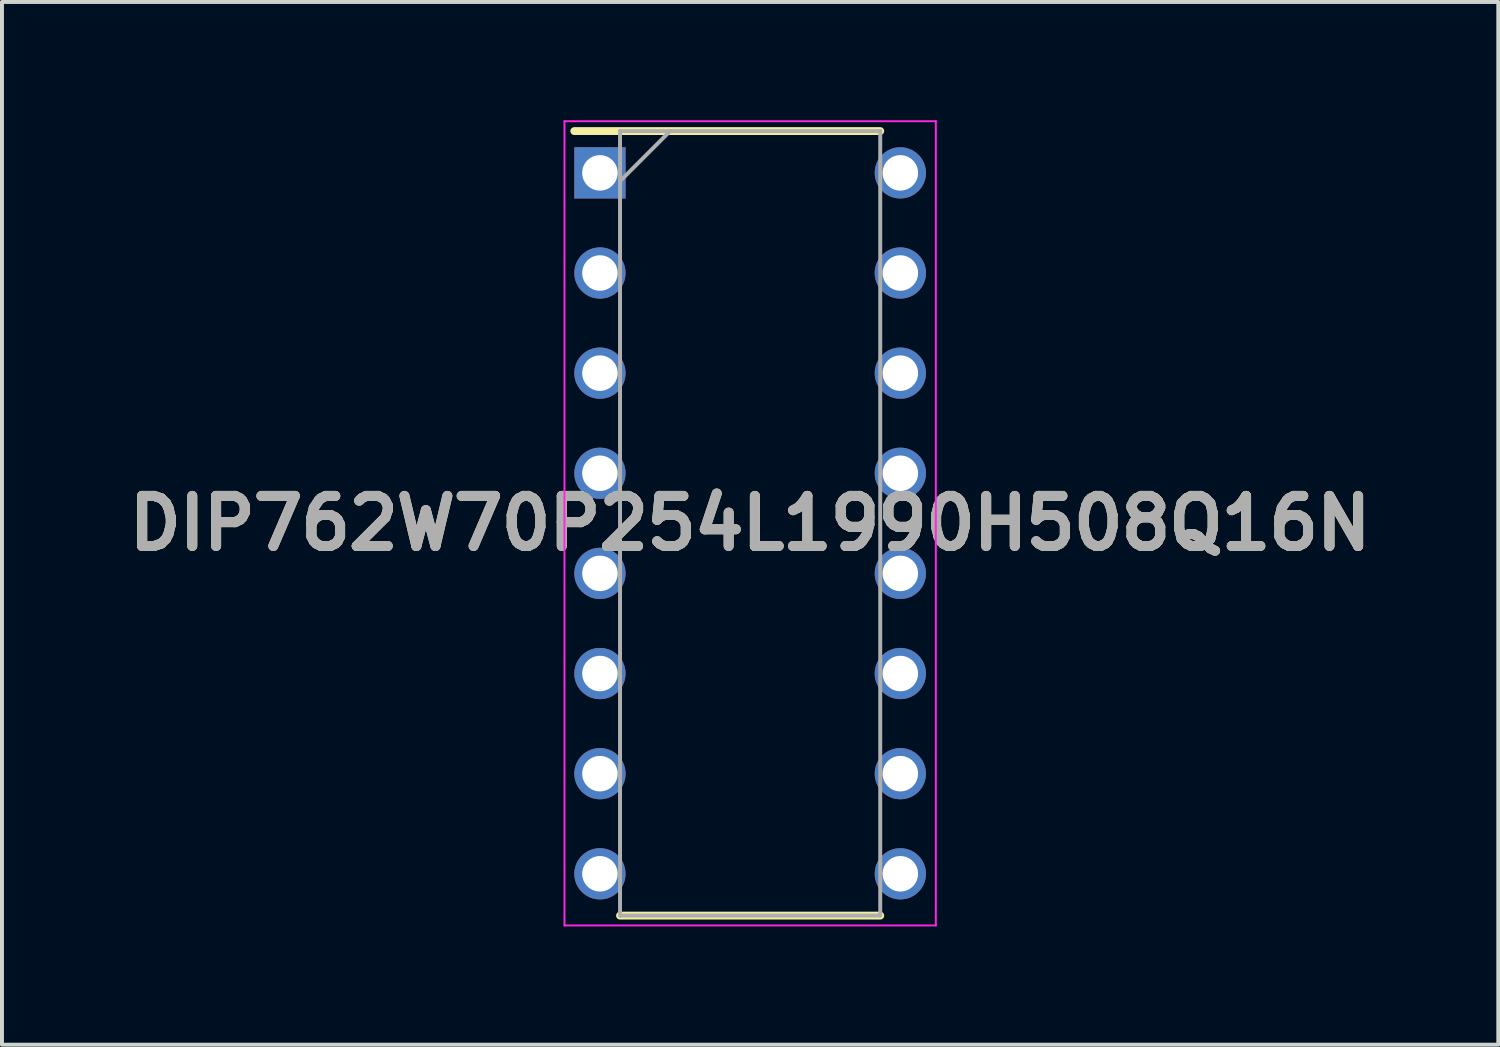
<source format=kicad_pcb>
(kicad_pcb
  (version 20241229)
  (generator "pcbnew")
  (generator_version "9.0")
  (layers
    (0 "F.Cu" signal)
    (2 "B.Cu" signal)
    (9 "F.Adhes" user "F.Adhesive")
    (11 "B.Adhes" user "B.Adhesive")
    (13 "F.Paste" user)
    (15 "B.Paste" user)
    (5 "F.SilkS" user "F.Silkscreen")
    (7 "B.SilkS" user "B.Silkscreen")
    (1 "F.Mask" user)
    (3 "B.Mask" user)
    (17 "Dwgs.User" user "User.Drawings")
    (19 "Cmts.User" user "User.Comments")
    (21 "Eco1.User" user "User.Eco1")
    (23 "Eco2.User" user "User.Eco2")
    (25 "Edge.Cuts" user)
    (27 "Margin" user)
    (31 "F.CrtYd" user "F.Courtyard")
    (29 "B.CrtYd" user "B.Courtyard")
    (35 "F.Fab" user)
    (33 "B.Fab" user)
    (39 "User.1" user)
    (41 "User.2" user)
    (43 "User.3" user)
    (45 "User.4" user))
  (footprint "DIP762W70P254L1990H508Q16N"
    (layer "F.Cu")
    (at 15.978 10.225)
    (property "Reference" "DIP762W70P254L1990H508Q16N" (at 0 0 0) (layer "F.SilkS") (effects (font (size 1.27 1.27) (thickness 0.254))))
    (attr through_hole)
    (fp_line (start -4.46 -9.95) (end 3.3 -9.95) (stroke (width 0.2) (type solid)) (layer "F.SilkS"))
    (fp_line (start -3.3 9.95) (end 3.3 9.95) (stroke (width 0.2) (type solid)) (layer "F.SilkS"))
    (fp_line (start -4.71 -10.2) (end 4.71 -10.2) (stroke (width 0.05) (type solid)) (layer "F.CrtYd"))
    (fp_line (start -4.71 10.2) (end -4.71 -10.2) (stroke (width 0.05) (type solid)) (layer "F.CrtYd"))
    (fp_line (start 4.71 -10.2) (end 4.71 10.2) (stroke (width 0.05) (type solid)) (layer "F.CrtYd"))
    (fp_line (start 4.71 10.2) (end -4.71 10.2) (stroke (width 0.05) (type solid)) (layer "F.CrtYd"))
    (fp_line (start -3.3 -9.95) (end 3.3 -9.95) (stroke (width 0.1) (type solid)) (layer "F.Fab"))
    (fp_line (start -3.3 -8.68) (end -2.03 -9.95) (stroke (width 0.1) (type solid)) (layer "F.Fab"))
    (fp_line (start -3.3 9.95) (end -3.3 -9.95) (stroke (width 0.1) (type solid)) (layer "F.Fab"))
    (fp_line (start 3.3 -9.95) (end 3.3 9.95) (stroke (width 0.1) (type solid)) (layer "F.Fab"))
    (fp_line (start 3.3 9.95) (end -3.3 9.95) (stroke (width 0.1) (type solid)) (layer "F.Fab"))
    (fp_text user "${REFERENCE}" (at 0 0 0) (layer "F.Fab") (effects (font (size 1.27 1.27) (thickness 0.254))))
    (pad "1" thru_hole rect (at -3.81 -8.89) (size 1.3 1.3) (drill 0.9) (layers "*.Cu" "*.Mask"))
    (pad "2" thru_hole circle (at -3.81 -6.35) (size 1.3 1.3) (drill 0.9) (layers "*.Cu" "*.Mask"))
    (pad "3" thru_hole circle (at -3.81 -3.81) (size 1.3 1.3) (drill 0.9) (layers "*.Cu" "*.Mask"))
    (pad "4" thru_hole circle (at -3.81 -1.27) (size 1.3 1.3) (drill 0.9) (layers "*.Cu" "*.Mask"))
    (pad "5" thru_hole circle (at -3.81 1.27) (size 1.3 1.3) (drill 0.9) (layers "*.Cu" "*.Mask"))
    (pad "6" thru_hole circle (at -3.81 3.81) (size 1.3 1.3) (drill 0.9) (layers "*.Cu" "*.Mask"))
    (pad "7" thru_hole circle (at -3.81 6.35) (size 1.3 1.3) (drill 0.9) (layers "*.Cu" "*.Mask"))
    (pad "8" thru_hole circle (at -3.81 8.89) (size 1.3 1.3) (drill 0.9) (layers "*.Cu" "*.Mask"))
    (pad "9" thru_hole circle (at 3.81 8.89) (size 1.3 1.3) (drill 0.9) (layers "*.Cu" "*.Mask"))
    (pad "10" thru_hole circle (at 3.81 6.35) (size 1.3 1.3) (drill 0.9) (layers "*.Cu" "*.Mask"))
    (pad "11" thru_hole circle (at 3.81 3.81) (size 1.3 1.3) (drill 0.9) (layers "*.Cu" "*.Mask"))
    (pad "12" thru_hole circle (at 3.81 1.27) (size 1.3 1.3) (drill 0.9) (layers "*.Cu" "*.Mask"))
    (pad "13" thru_hole circle (at 3.81 -1.27) (size 1.3 1.3) (drill 0.9) (layers "*.Cu" "*.Mask"))
    (pad "14" thru_hole circle (at 3.81 -3.81) (size 1.3 1.3) (drill 0.9) (layers "*.Cu" "*.Mask"))
    (pad "15" thru_hole circle (at 3.81 -6.35) (size 1.3 1.3) (drill 0.9) (layers "*.Cu" "*.Mask"))
    (pad "16" thru_hole circle (at 3.81 -8.89) (size 1.3 1.3) (drill 0.9) (layers "*.Cu" "*.Mask")))
  (gr_rect
    (start -3 -3)
    (end 34.956 23.45)
    (stroke (width 0.1) (type default))
    (fill no)
    (layer "Edge.Cuts")))
</source>
